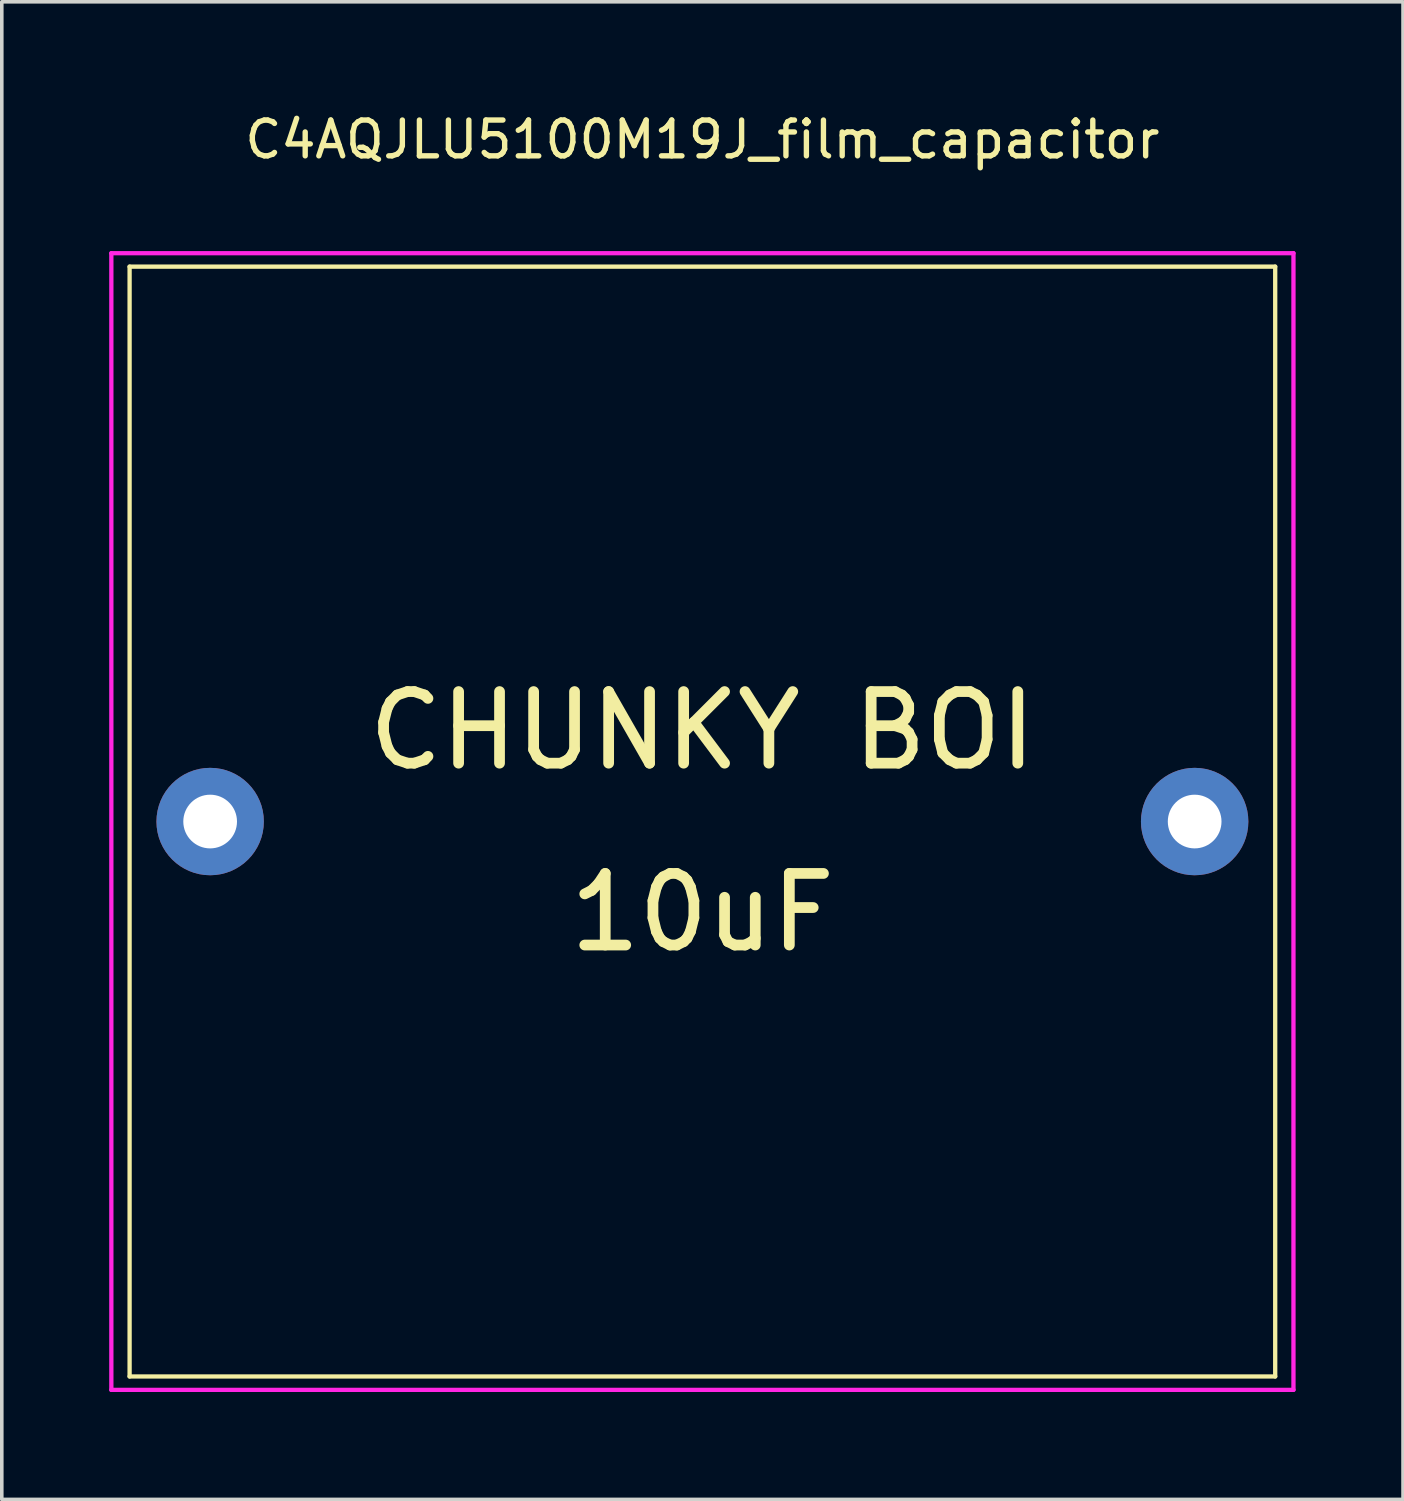
<source format=kicad_pcb>
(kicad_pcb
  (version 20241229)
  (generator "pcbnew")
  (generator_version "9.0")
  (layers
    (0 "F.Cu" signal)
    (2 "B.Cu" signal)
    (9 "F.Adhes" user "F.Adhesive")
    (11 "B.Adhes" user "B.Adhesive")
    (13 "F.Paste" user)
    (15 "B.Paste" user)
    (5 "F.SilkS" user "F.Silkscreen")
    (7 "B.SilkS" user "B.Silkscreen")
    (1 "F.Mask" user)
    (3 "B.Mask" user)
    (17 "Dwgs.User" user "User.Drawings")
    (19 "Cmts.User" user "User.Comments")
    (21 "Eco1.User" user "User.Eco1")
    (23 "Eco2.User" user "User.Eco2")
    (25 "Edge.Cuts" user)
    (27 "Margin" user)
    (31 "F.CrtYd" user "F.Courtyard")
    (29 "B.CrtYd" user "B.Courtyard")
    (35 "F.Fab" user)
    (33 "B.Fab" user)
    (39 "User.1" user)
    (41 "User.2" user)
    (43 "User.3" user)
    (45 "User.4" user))
  (footprint "C4AQJLU5100M19J_film_capacitor"
    (layer "F.Cu")
    (at 16.57 19.898)
    (property "Reference" "C4AQJLU5100M19J_film_capacitor" (at 0 -19.05 0) (layer "F.SilkS") (effects (font (size 1 1) (thickness 0.15))))
    (attr through_hole)
    (fp_line (start -16 -15.5) (end -16 15.5) (stroke (width 0.12) (type solid)) (layer "F.SilkS"))
    (fp_line (start -16 -15.5) (end 16 -15.5) (stroke (width 0.12) (type solid)) (layer "F.SilkS"))
    (fp_line (start -16 15.5) (end 16 15.5) (stroke (width 0.12) (type solid)) (layer "F.SilkS"))
    (fp_line (start 16 -15.5) (end 16 15.5) (stroke (width 0.12) (type solid)) (layer "F.SilkS"))
    (fp_line (start -16.51 -15.875) (end 16.51 -15.875) (stroke (width 0.12) (type solid)) (layer "F.CrtYd"))
    (fp_line (start -16.51 15.875) (end -16.51 -15.875) (stroke (width 0.12) (type solid)) (layer "F.CrtYd"))
    (fp_line (start 16.51 -15.875) (end 16.51 15.875) (stroke (width 0.12) (type solid)) (layer "F.CrtYd"))
    (fp_line (start 16.51 15.875) (end -16.51 15.875) (stroke (width 0.12) (type solid)) (layer "F.CrtYd"))
    (fp_text user "10uF" (at 0 2.54 0) (layer "F.SilkS") (effects (font (size 2 2) (thickness 0.3))))
    (fp_text user "CHUNKY BOI" (at 0 -2.54 0) (layer "F.SilkS") (effects (font (size 2 2) (thickness 0.3))))
    (pad "1" thru_hole circle (at -13.75 0) (size 3 3) (drill 1.5) (layers "*.Cu" "*.Mask"))
    (pad "2" thru_hole circle (at 13.75 0) (size 3 3) (drill 1.5) (layers "*.Cu" "*.Mask")))
  (gr_rect
    (start -3 -3)
    (end 36.14 38.833)
    (stroke (width 0.1) (type default))
    (fill no)
    (layer "Edge.Cuts")))
</source>
